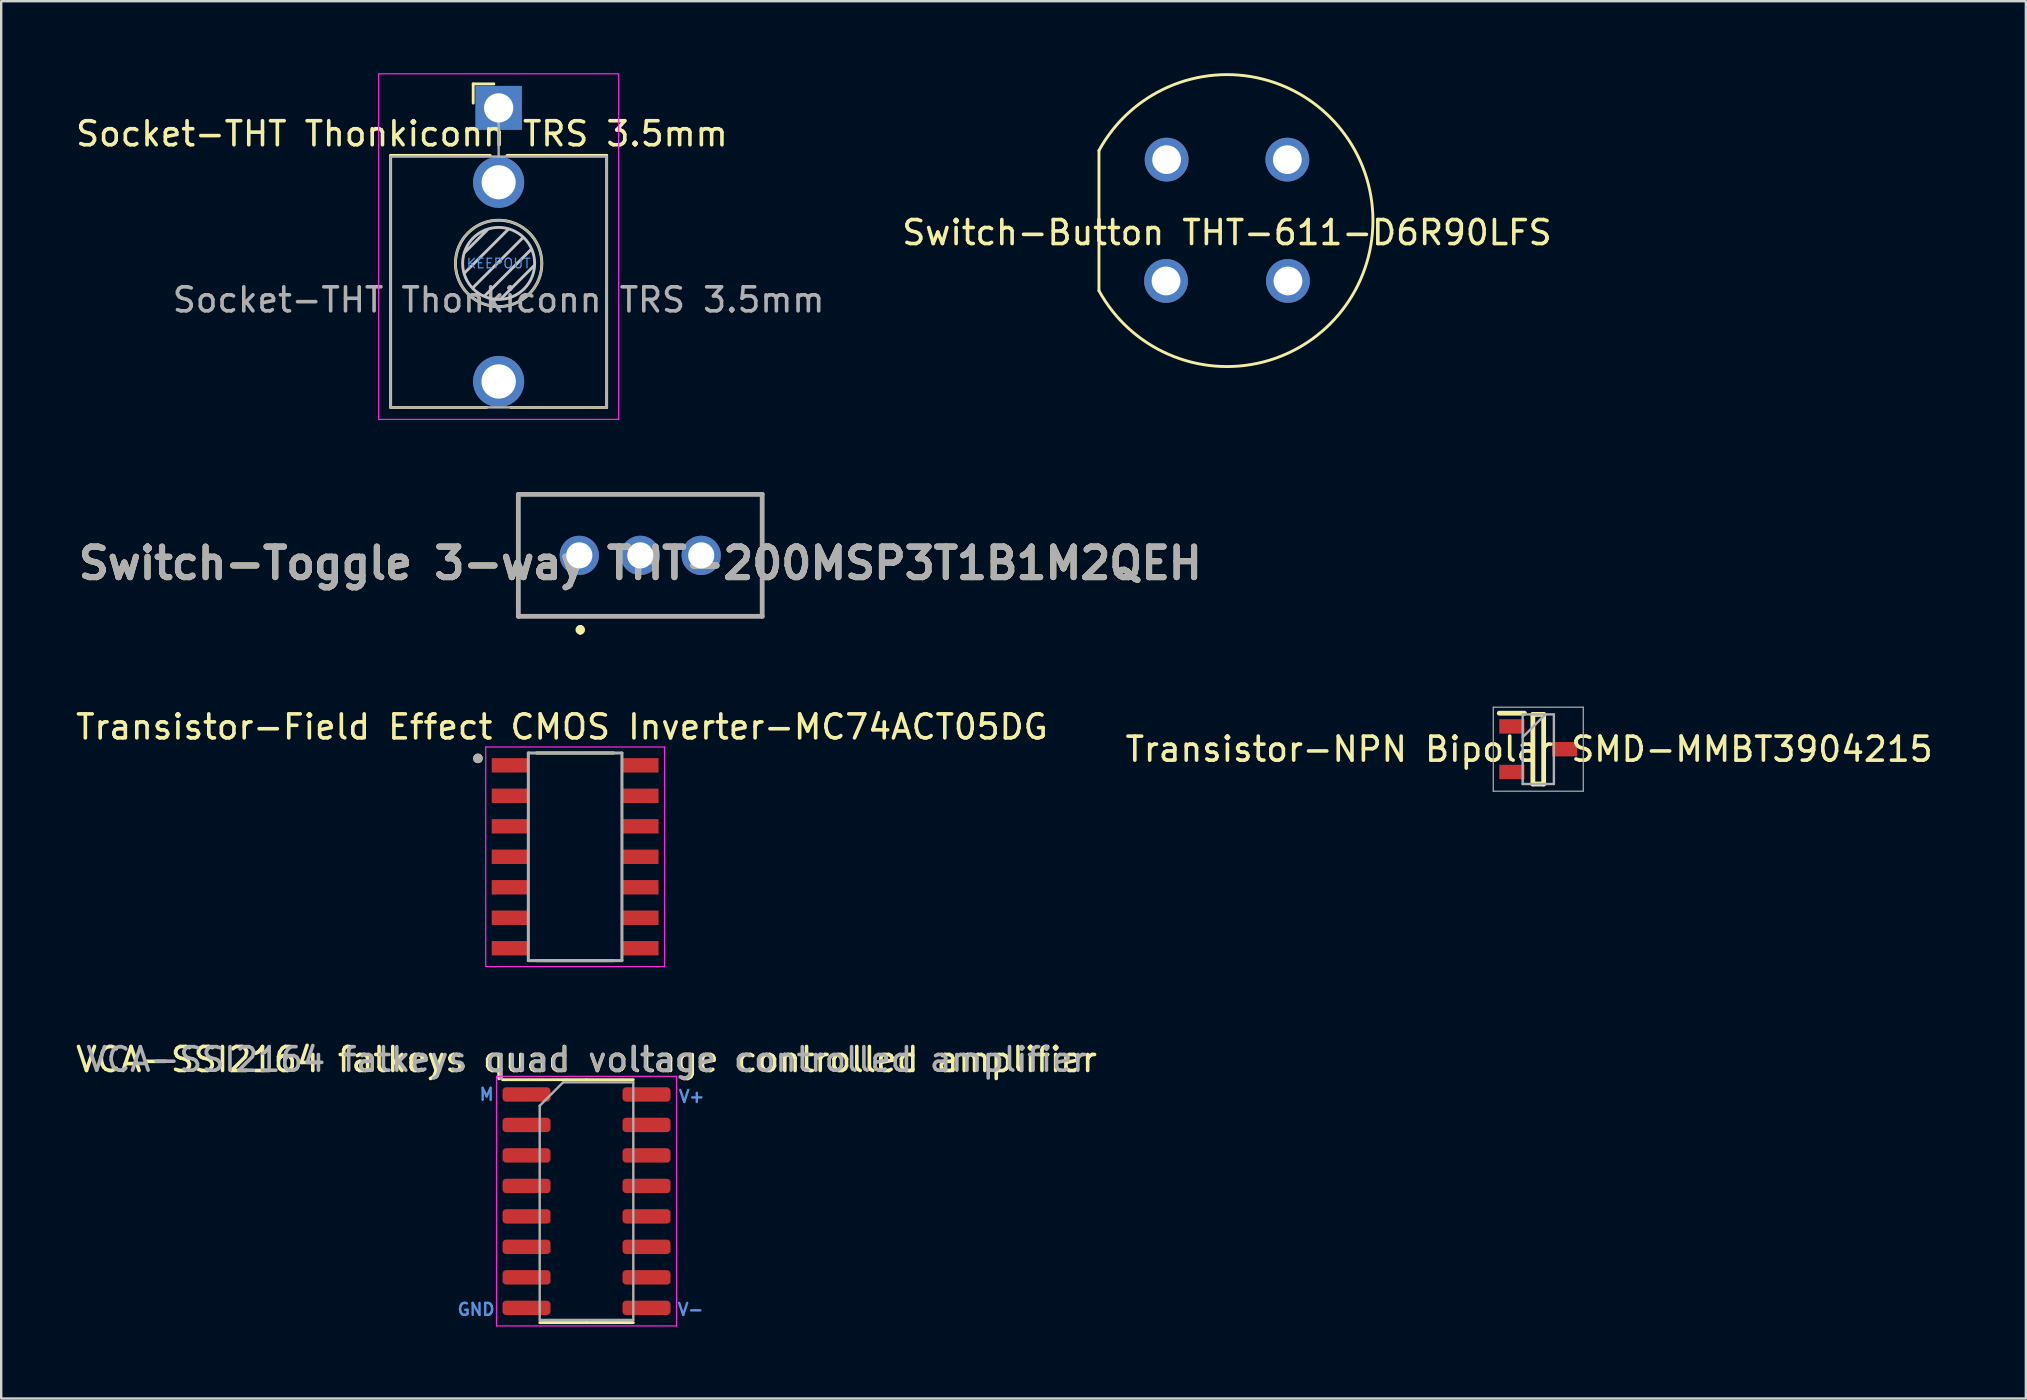
<source format=kicad_pcb>
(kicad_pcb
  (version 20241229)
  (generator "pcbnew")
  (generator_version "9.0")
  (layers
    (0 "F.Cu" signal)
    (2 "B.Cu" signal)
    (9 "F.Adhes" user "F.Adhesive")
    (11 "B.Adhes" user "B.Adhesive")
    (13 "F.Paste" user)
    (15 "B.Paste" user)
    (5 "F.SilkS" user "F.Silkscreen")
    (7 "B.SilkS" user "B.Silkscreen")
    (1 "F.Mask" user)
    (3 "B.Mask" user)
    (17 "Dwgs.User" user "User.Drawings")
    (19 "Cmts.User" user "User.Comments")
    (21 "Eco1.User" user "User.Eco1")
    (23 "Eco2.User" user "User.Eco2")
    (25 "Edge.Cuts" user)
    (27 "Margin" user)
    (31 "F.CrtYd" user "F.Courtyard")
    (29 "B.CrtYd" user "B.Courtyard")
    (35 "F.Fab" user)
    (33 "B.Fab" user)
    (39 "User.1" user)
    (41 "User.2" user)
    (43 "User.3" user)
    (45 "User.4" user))
  (footprint "Switch-Button THT-611-D6R90LFS"
    (layer "F.Cu")
    (at 48.072 6.141)
    (property "Reference" "Switch-Button THT-611-D6R90LFS" (at 0 0.5 0) (layer "F.SilkS") (effects (font (size 1 1) (thickness 0.15))))
    (attr through_hole)
    (fp_line (start -5.334 -2.921) (end -5.334 2.921) (stroke (width 0.12) (type solid)) (layer "F.SilkS"))
    (fp_arc (start -5.333999 -2.921) (mid 6.081429 -0.000001) (end -5.333999 2.920999) (stroke (width 0.12) (type solid)) (layer "F.SilkS"))
    (pad "1" thru_hole circle (at -2.515 -2.54) (size 1.824 1.824) (drill 1.2) (layers "*.Cu" "*.Mask"))
    (pad "1" thru_hole circle (at 2.515 -2.54) (size 1.824 1.824) (drill 1.2) (layers "*.Cu" "*.Mask"))
    (pad "2" thru_hole circle (at -2.54 2.515) (size 1.824 1.824) (drill 1.2) (layers "*.Cu" "*.Mask"))
    (pad "2" thru_hole circle (at 2.54 2.515) (size 1.824 1.824) (drill 1.2) (layers "*.Cu" "*.Mask")))
  (footprint "VCA-SSI2164 fatkeys quad voltage controlled amplifier"
    (layer "F.Cu")
    (at 21.387 46.996)
    (property "Reference" "VCA-SSI2164 fatkeys quad voltage controlled amplifier" (at 0 -5.9 0) (layer "F.SilkS") (effects (font (size 1 1) (thickness 0.15))))
    (attr smd)
    (fp_line (start 0 -5.06) (end -3.5 -5.06) (stroke (width 0.12) (type solid)) (layer "F.SilkS"))
    (fp_line (start 0 -5.06) (end 1.95 -5.06) (stroke (width 0.12) (type solid)) (layer "F.SilkS"))
    (fp_line (start 0 5.06) (end -1.95 5.06) (stroke (width 0.12) (type solid)) (layer "F.SilkS"))
    (fp_line (start 0 5.06) (end 1.95 5.06) (stroke (width 0.12) (type solid)) (layer "F.SilkS"))
    (fp_line (start -3.75 -5.2) (end -3.75 5.2) (stroke (width 0.05) (type solid)) (layer "F.CrtYd"))
    (fp_line (start -3.75 5.2) (end 3.75 5.2) (stroke (width 0.05) (type solid)) (layer "F.CrtYd"))
    (fp_line (start 3.75 -5.2) (end -3.75 -5.2) (stroke (width 0.05) (type solid)) (layer "F.CrtYd"))
    (fp_line (start 3.75 5.2) (end 3.75 -5.2) (stroke (width 0.05) (type solid)) (layer "F.CrtYd"))
    (fp_line (start -1.95 -3.975) (end -0.975 -4.95) (stroke (width 0.1) (type solid)) (layer "F.Fab"))
    (fp_line (start -1.95 4.95) (end -1.95 -3.975) (stroke (width 0.1) (type solid)) (layer "F.Fab"))
    (fp_line (start -0.975 -4.95) (end 1.95 -4.95) (stroke (width 0.1) (type solid)) (layer "F.Fab"))
    (fp_line (start 1.95 -4.95) (end 1.95 4.95) (stroke (width 0.1) (type solid)) (layer "F.Fab"))
    (fp_line (start 1.95 4.95) (end -1.95 4.95) (stroke (width 0.1) (type solid)) (layer "F.Fab"))
    (fp_text user "M" (at -4.161 -4.447 0) (unlocked yes) (layer "Cmts.User") (effects (font (size 0.5 0.5) (thickness 0.1))))
    (fp_text user "V-" (at 4.337 4.513 0) (unlocked yes) (layer "Cmts.User") (effects (font (size 0.5 0.5) (thickness 0.1))))
    (fp_text user "V+" (at 4.381 -4.359 0) (unlocked yes) (layer "Cmts.User") (effects (font (size 0.5 0.5) (thickness 0.1))))
    (fp_text user "GND" (at -4.601 4.513 0) (unlocked yes) (layer "Cmts.User") (effects (font (size 0.5 0.5) (thickness 0.1))))
    (fp_text user "${REFERENCE}" (at 0.007 -5.903 0) (layer "F.Fab") (effects (font (size 0.98 0.98) (thickness 0.15))))
    (pad "1" smd roundrect (at -2.5 -4.445) (size 2 0.6) (layers "F.Cu" "F.Mask" "F.Paste") (roundrect_rratio 0.25))
    (pad "2" smd roundrect (at -2.5 -3.175) (size 2 0.6) (layers "F.Cu" "F.Mask" "F.Paste") (roundrect_rratio 0.25))
    (pad "3" smd roundrect (at -2.5 -1.905) (size 2 0.6) (layers "F.Cu" "F.Mask" "F.Paste") (roundrect_rratio 0.25))
    (pad "4" smd roundrect (at -2.5 -0.635) (size 2 0.6) (layers "F.Cu" "F.Mask" "F.Paste") (roundrect_rratio 0.25))
    (pad "5" smd roundrect (at -2.5 0.635) (size 2 0.6) (layers "F.Cu" "F.Mask" "F.Paste") (roundrect_rratio 0.25))
    (pad "6" smd roundrect (at -2.5 1.905) (size 2 0.6) (layers "F.Cu" "F.Mask" "F.Paste") (roundrect_rratio 0.25))
    (pad "7" smd roundrect (at -2.5 3.175) (size 2 0.6) (layers "F.Cu" "F.Mask" "F.Paste") (roundrect_rratio 0.25))
    (pad "8" smd roundrect (at -2.5 4.445) (size 2 0.6) (layers "F.Cu" "F.Mask" "F.Paste") (roundrect_rratio 0.25))
    (pad "9" smd roundrect (at 2.5 4.445) (size 2 0.6) (layers "F.Cu" "F.Mask" "F.Paste") (roundrect_rratio 0.25))
    (pad "10" smd roundrect (at 2.5 3.175) (size 2 0.6) (layers "F.Cu" "F.Mask" "F.Paste") (roundrect_rratio 0.25))
    (pad "11" smd roundrect (at 2.5 1.905) (size 2 0.6) (layers "F.Cu" "F.Mask" "F.Paste") (roundrect_rratio 0.25))
    (pad "12" smd roundrect (at 2.5 0.635) (size 2 0.6) (layers "F.Cu" "F.Mask" "F.Paste") (roundrect_rratio 0.25))
    (pad "13" smd roundrect (at 2.5 -0.635) (size 2 0.6) (layers "F.Cu" "F.Mask" "F.Paste") (roundrect_rratio 0.25))
    (pad "14" smd roundrect (at 2.5 -1.905) (size 2 0.6) (layers "F.Cu" "F.Mask" "F.Paste") (roundrect_rratio 0.25))
    (pad "15" smd roundrect (at 2.5 -3.175) (size 2 0.6) (layers "F.Cu" "F.Mask" "F.Paste") (roundrect_rratio 0.25))
    (pad "16" smd roundrect (at 2.5 -4.445) (size 2 0.6) (layers "F.Cu" "F.Mask" "F.Paste") (roundrect_rratio 0.25)))
  (footprint "Transistor-Field Effect CMOS Inverter-MC74ACT05DG"
    (layer "F.Cu")
    (at 20.913 32.648)
    (property "Reference" "Transistor-Field Effect CMOS Inverter-MC74ACT05DG" (at -0.55 -5.41 0) (layer "F.SilkS") (effects (font (size 1 1) (thickness 0.15))))
    (attr smd)
    (fp_line (start -1.605 -4.325) (end 1.605 -4.325) (stroke (width 0.127) (type solid)) (layer "F.SilkS"))
    (fp_line (start -1.605 4.325) (end 1.605 4.325) (stroke (width 0.127) (type solid)) (layer "F.SilkS"))
    (fp_circle (center -4.05 -4.1) (end -3.95 -4.1) (stroke (width 0.2) (type solid)) (fill no) (layer "F.SilkS"))
    (fp_poly (pts (xy -3.45 -4.085) (xy -1.95 -4.085) (xy -1.95 -3.535) (xy -3.45 -3.535)) (stroke (width 0.01) (type solid)) (fill yes) (layer "F.Paste"))
    (fp_poly (pts (xy -3.45 -2.815) (xy -1.95 -2.815) (xy -1.95 -2.265) (xy -3.45 -2.265)) (stroke (width 0.01) (type solid)) (fill yes) (layer "F.Paste"))
    (fp_poly (pts (xy -3.45 -1.545) (xy -1.95 -1.545) (xy -1.95 -0.995) (xy -3.45 -0.995)) (stroke (width 0.01) (type solid)) (fill yes) (layer "F.Paste"))
    (fp_poly (pts (xy -3.45 -0.275) (xy -1.95 -0.275) (xy -1.95 0.275) (xy -3.45 0.275)) (stroke (width 0.01) (type solid)) (fill yes) (layer "F.Paste"))
    (fp_poly (pts (xy -3.45 0.995) (xy -1.95 0.995) (xy -1.95 1.545) (xy -3.45 1.545)) (stroke (width 0.01) (type solid)) (fill yes) (layer "F.Paste"))
    (fp_poly (pts (xy -3.45 2.265) (xy -1.95 2.265) (xy -1.95 2.815) (xy -3.45 2.815)) (stroke (width 0.01) (type solid)) (fill yes) (layer "F.Paste"))
    (fp_poly (pts (xy -3.45 3.535) (xy -1.95 3.535) (xy -1.95 4.085) (xy -3.45 4.085)) (stroke (width 0.01) (type solid)) (fill yes) (layer "F.Paste"))
    (fp_poly (pts (xy 1.95 -4.085) (xy 3.45 -4.085) (xy 3.45 -3.535) (xy 1.95 -3.535)) (stroke (width 0.01) (type solid)) (fill yes) (layer "F.Paste"))
    (fp_poly (pts (xy 1.95 -2.815) (xy 3.45 -2.815) (xy 3.45 -2.265) (xy 1.95 -2.265)) (stroke (width 0.01) (type solid)) (fill yes) (layer "F.Paste"))
    (fp_poly (pts (xy 1.95 -1.545) (xy 3.45 -1.545) (xy 3.45 -0.995) (xy 1.95 -0.995)) (stroke (width 0.01) (type solid)) (fill yes) (layer "F.Paste"))
    (fp_poly (pts (xy 1.95 -0.275) (xy 3.45 -0.275) (xy 3.45 0.275) (xy 1.95 0.275)) (stroke (width 0.01) (type solid)) (fill yes) (layer "F.Paste"))
    (fp_poly (pts (xy 1.95 0.995) (xy 3.45 0.995) (xy 3.45 1.545) (xy 1.95 1.545)) (stroke (width 0.01) (type solid)) (fill yes) (layer "F.Paste"))
    (fp_poly (pts (xy 1.95 2.265) (xy 3.45 2.265) (xy 3.45 2.815) (xy 1.95 2.815)) (stroke (width 0.01) (type solid)) (fill yes) (layer "F.Paste"))
    (fp_poly (pts (xy 1.95 3.535) (xy 3.45 3.535) (xy 3.45 4.085) (xy 1.95 4.085)) (stroke (width 0.01) (type solid)) (fill yes) (layer "F.Paste"))
    (fp_line (start -3.725 -4.575) (end -3.725 4.575) (stroke (width 0.05) (type solid)) (layer "F.CrtYd"))
    (fp_line (start -3.725 4.575) (end 3.725 4.575) (stroke (width 0.05) (type solid)) (layer "F.CrtYd"))
    (fp_line (start 3.725 -4.575) (end -3.725 -4.575) (stroke (width 0.05) (type solid)) (layer "F.CrtYd"))
    (fp_line (start 3.725 4.575) (end 3.725 -4.575) (stroke (width 0.05) (type solid)) (layer "F.CrtYd"))
    (fp_line (start -1.95 -4.325) (end 1.95 -4.325) (stroke (width 0.127) (type solid)) (layer "F.Fab"))
    (fp_line (start -1.95 4.325) (end -1.95 -4.325) (stroke (width 0.127) (type solid)) (layer "F.Fab"))
    (fp_line (start 1.95 -4.325) (end 1.95 4.325) (stroke (width 0.127) (type solid)) (layer "F.Fab"))
    (fp_line (start 1.95 4.325) (end -1.95 4.325) (stroke (width 0.127) (type solid)) (layer "F.Fab"))
    (fp_circle (center -4.05 -4.1) (end -3.95 -4.1) (stroke (width 0.2) (type solid)) (fill no) (layer "F.Fab"))
    (pad "1" smd rect (at -2.7 -3.81) (size 1.55 0.6) (layers "F.Cu" "F.Mask"))
    (pad "2" smd rect (at -2.7 -2.54) (size 1.55 0.6) (layers "F.Cu" "F.Mask"))
    (pad "3" smd rect (at -2.7 -1.27) (size 1.55 0.6) (layers "F.Cu" "F.Mask"))
    (pad "4" smd rect (at -2.7 0) (size 1.55 0.6) (layers "F.Cu" "F.Mask"))
    (pad "5" smd rect (at -2.7 1.27) (size 1.55 0.6) (layers "F.Cu" "F.Mask"))
    (pad "6" smd rect (at -2.7 2.54) (size 1.55 0.6) (layers "F.Cu" "F.Mask"))
    (pad "7" smd rect (at -2.7 3.81) (size 1.55 0.6) (layers "F.Cu" "F.Mask"))
    (pad "8" smd rect (at 2.7 3.81) (size 1.55 0.6) (layers "F.Cu" "F.Mask"))
    (pad "9" smd rect (at 2.7 2.54) (size 1.55 0.6) (layers "F.Cu" "F.Mask"))
    (pad "10" smd rect (at 2.7 1.27) (size 1.55 0.6) (layers "F.Cu" "F.Mask"))
    (pad "11" smd rect (at 2.7 0) (size 1.55 0.6) (layers "F.Cu" "F.Mask"))
    (pad "12" smd rect (at 2.7 -1.27) (size 1.55 0.6) (layers "F.Cu" "F.Mask"))
    (pad "13" smd rect (at 2.7 -2.54) (size 1.55 0.6) (layers "F.Cu" "F.Mask"))
    (pad "14" smd rect (at 2.7 -3.81) (size 1.55 0.6) (layers "F.Cu" "F.Mask")))
  (footprint "Socket-THT Thonkiconn TRS 3.5mm"
    (layer "F.Cu")
    (at 17.726 1.445)
    (property "Reference" "Socket-THT Thonkiconn TRS 3.5mm" (at -4.03 1.08 180) (layer "F.SilkS") (effects (font (size 1 1) (thickness 0.15))))
    (attr through_hole)
    (fp_line (start -4.5 1.98) (end -4.5 12.48) (stroke (width 0.12) (type solid)) (layer "F.SilkS"))
    (fp_line (start -1.06 -1) (end -1.06 -0.2) (stroke (width 0.12) (type solid)) (layer "F.SilkS"))
    (fp_line (start -1.06 -1) (end -0.2 -1) (stroke (width 0.12) (type solid)) (layer "F.SilkS"))
    (fp_line (start -0.5 12.48) (end -4.5 12.48) (stroke (width 0.12) (type solid)) (layer "F.SilkS"))
    (fp_line (start -0.35 1.98) (end -4.5 1.98) (stroke (width 0.12) (type solid)) (layer "F.SilkS"))
    (fp_line (start 4.5 1.98) (end 0.35 1.98) (stroke (width 0.12) (type solid)) (layer "F.SilkS"))
    (fp_line (start 4.5 1.98) (end 4.5 12.48) (stroke (width 0.12) (type solid)) (layer "F.SilkS"))
    (fp_line (start 4.5 12.48) (end 0.5 12.48) (stroke (width 0.12) (type solid)) (layer "F.SilkS"))
    (fp_circle (center 0 6.48) (end 1.8 6.48) (stroke (width 0.12) (type solid)) (fill no) (layer "F.SilkS"))
    (fp_line (start -1.42 6.875) (end 0.4 5.06) (stroke (width 0.12) (type solid)) (layer "Dwgs.User"))
    (fp_line (start -1.41 6.02) (end -0.46 5.07) (stroke (width 0.12) (type solid)) (layer "Dwgs.User"))
    (fp_line (start -1.07 7.49) (end 1.01 5.41) (stroke (width 0.12) (type solid)) (layer "Dwgs.User"))
    (fp_line (start -0.58 7.83) (end 1.36 5.89) (stroke (width 0.12) (type solid)) (layer "Dwgs.User"))
    (fp_line (start 0.09 7.96) (end 1.48 6.57) (stroke (width 0.12) (type solid)) (layer "Dwgs.User"))
    (fp_circle (center 0 6.48) (end 1.5 6.48) (stroke (width 0.12) (type solid)) (fill no) (layer "Dwgs.User"))
    (fp_line (start -5 12.98) (end -5 -1.42) (stroke (width 0.05) (type solid)) (layer "F.CrtYd"))
    (fp_line (start 5 -1.42) (end -5 -1.42) (stroke (width 0.05) (type solid)) (layer "F.CrtYd"))
    (fp_line (start 5 12.98) (end -5 12.98) (stroke (width 0.05) (type solid)) (layer "F.CrtYd"))
    (fp_line (start 5 12.98) (end 5 -1.42) (stroke (width 0.05) (type solid)) (layer "F.CrtYd"))
    (fp_line (start -4.5 12.48) (end -4.5 2.08) (stroke (width 0.1) (type solid)) (layer "F.Fab"))
    (fp_line (start 0 0) (end 0 2.03) (stroke (width 0.1) (type solid)) (layer "F.Fab"))
    (fp_line (start 4.5 2.03) (end -4.5 2.03) (stroke (width 0.1) (type solid)) (layer "F.Fab"))
    (fp_line (start 4.5 12.48) (end -4.5 12.48) (stroke (width 0.1) (type solid)) (layer "F.Fab"))
    (fp_line (start 4.5 12.48) (end 4.5 2.08) (stroke (width 0.1) (type solid)) (layer "F.Fab"))
    (fp_circle (center 0 6.48) (end 1.8 6.48) (stroke (width 0.1) (type solid)) (fill no) (layer "F.Fab"))
    (fp_text user "KEEPOUT" (at 0 6.48 0) (layer "Cmts.User") (effects (font (size 0.4 0.4) (thickness 0.051))))
    (fp_text user "${REFERENCE}" (at 0 8 180) (layer "F.Fab") (effects (font (size 1 1) (thickness 0.15))))
    (pad "S" thru_hole rect (at 0 0 180) (size 1.93 1.83) (drill 1.22) (layers "*.Cu" "*.Mask"))
    (pad "T" thru_hole circle (at 0 11.4 180) (size 2.13 2.13) (drill 1.43) (layers "*.Cu" "*.Mask"))
    (pad "TN" thru_hole circle (at 0 3.1 180) (size 2.13 2.13) (drill 1.42) (layers "*.Cu" "*.Mask")))
  (footprint "Switch-Toggle 3-way THT-200MSP3T1B1M2QEH"
    (layer "F.Cu")
    (at 21.087 20.09)
    (property "Reference" "Switch-Toggle 3-way THT-200MSP3T1B1M2QEH" (at 2.541 0.33 0) (layer "F.SilkS") (effects (font (size 1.27 1.27) (thickness 0.254))))
    (attr through_hole)
    (fp_line (start -2.54 -2.54) (end 7.54 -2.54) (stroke (width 0.1) (type solid)) (layer "F.SilkS"))
    (fp_line (start -2.54 2.5) (end 7.54 2.5) (stroke (width 0.1) (type solid)) (layer "F.SilkS"))
    (fp_line (start 0.04 3) (end 0.04 3) (stroke (width 0.2) (type solid)) (layer "F.SilkS"))
    (fp_line (start 0.04 3.2) (end 0.04 3.2) (stroke (width 0.2) (type solid)) (layer "F.SilkS"))
    (fp_arc (start 0.04 3) (mid 0.14 3.1) (end 0.04 3.2) (stroke (width 0.2) (type solid)) (layer "F.SilkS"))
    (fp_arc (start 0.04 3.2) (mid -0.06 3.1) (end 0.04 3) (stroke (width 0.2) (type solid)) (layer "F.SilkS"))
    (fp_line (start -2.54 -2.54) (end 7.62 -2.54) (stroke (width 0.2) (type solid)) (layer "F.Fab"))
    (fp_line (start -2.54 2.54) (end -2.54 -2.54) (stroke (width 0.2) (type solid)) (layer "F.Fab"))
    (fp_line (start 7.62 -2.54) (end 7.62 2.54) (stroke (width 0.2) (type solid)) (layer "F.Fab"))
    (fp_line (start 7.62 2.54) (end -2.54 2.54) (stroke (width 0.2) (type solid)) (layer "F.Fab"))
    (fp_text user "${REFERENCE}" (at 2.541 0.33 0) (layer "F.Fab") (effects (font (size 1.27 1.27) (thickness 0.254))))
    (pad "1" thru_hole circle (at 0 0) (size 1.635 1.635) (drill 1.09) (layers "*.Cu" "*.Mask"))
    (pad "2" thru_hole circle (at 2.54 0) (size 1.635 1.635) (drill 1.09) (layers "*.Cu" "*.Mask"))
    (pad "3" thru_hole circle (at 5.08 0) (size 1.635 1.635) (drill 1.09) (layers "*.Cu" "*.Mask")))
  (footprint "Transistor-NPN Bipolar SMD-MMBT3904215 "
    (layer "F.Cu")
    (at 61.042 28.165)
    (property "Reference" "Transistor-NPN Bipolar SMD-MMBT3904215 " (at 0 0 0) (layer "F.SilkS") (effects (font (size 1 1) (thickness 0.15))))
    (attr smd)
    (fp_line (start -1.625 -1.5) (end -0.575 -1.5) (stroke (width 0.2) (type solid)) (layer "F.SilkS"))
    (fp_line (start -0.225 -1.45) (end 0.225 -1.45) (stroke (width 0.2) (type solid)) (layer "F.SilkS"))
    (fp_line (start -0.225 1.45) (end -0.225 -1.45) (stroke (width 0.2) (type solid)) (layer "F.SilkS"))
    (fp_line (start 0.225 -1.45) (end 0.225 1.45) (stroke (width 0.2) (type solid)) (layer "F.SilkS"))
    (fp_line (start 0.225 1.45) (end -0.225 1.45) (stroke (width 0.2) (type solid)) (layer "F.SilkS"))
    (fp_line (start -1.875 -1.75) (end 1.875 -1.75) (stroke (width 0.05) (type solid)) (layer "F.Fab"))
    (fp_line (start -1.875 1.75) (end -1.875 -1.75) (stroke (width 0.05) (type solid)) (layer "F.Fab"))
    (fp_line (start -0.65 -1.45) (end 0.65 -1.45) (stroke (width 0.1) (type solid)) (layer "F.Fab"))
    (fp_line (start -0.65 -0.5) (end 0.3 -1.45) (stroke (width 0.1) (type solid)) (layer "F.Fab"))
    (fp_line (start -0.65 1.45) (end -0.65 -1.45) (stroke (width 0.1) (type solid)) (layer "F.Fab"))
    (fp_line (start 0.65 -1.45) (end 0.65 1.45) (stroke (width 0.1) (type solid)) (layer "F.Fab"))
    (fp_line (start 0.65 1.45) (end -0.65 1.45) (stroke (width 0.1) (type solid)) (layer "F.Fab"))
    (fp_line (start 1.875 -1.75) (end 1.875 1.75) (stroke (width 0.05) (type solid)) (layer "F.Fab"))
    (fp_line (start 1.875 1.75) (end -1.875 1.75) (stroke (width 0.05) (type solid)) (layer "F.Fab"))
    (pad "1" smd rect (at -1.1 -0.95) (size 1.05 0.6) (layers "F.Cu" "F.Mask" "F.Paste"))
    (pad "2" smd rect (at -1.1 0.95) (size 1.05 0.6) (layers "F.Cu" "F.Mask" "F.Paste"))
    (pad "3" smd rect (at 1.1 0) (size 1.05 0.6) (layers "F.Cu" "F.Mask" "F.Paste")))
  (gr_rect
    (start -3 -3)
    (end 81.357 55.221)
    (stroke (width 0.1) (type default))
    (fill no)
    (layer "Edge.Cuts")))
</source>
